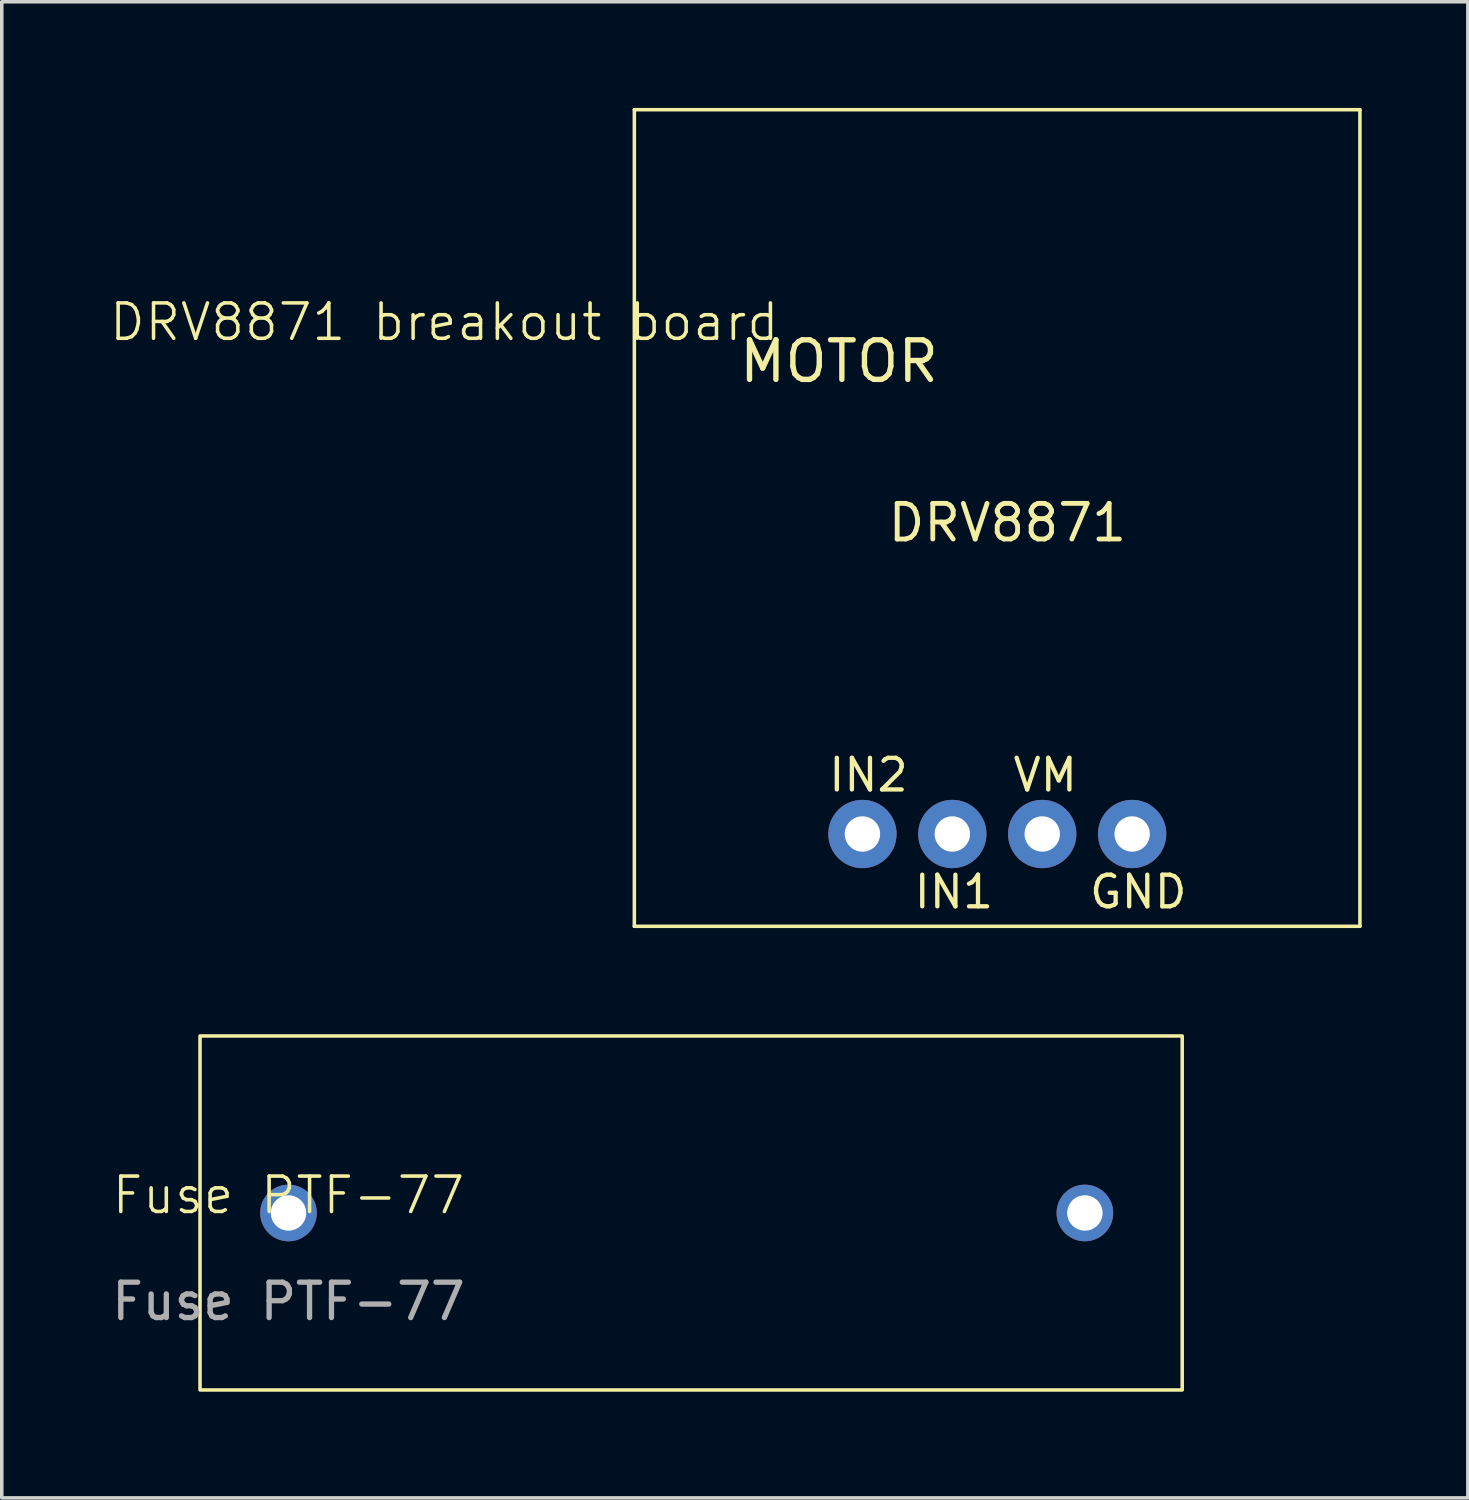
<source format=kicad_pcb>
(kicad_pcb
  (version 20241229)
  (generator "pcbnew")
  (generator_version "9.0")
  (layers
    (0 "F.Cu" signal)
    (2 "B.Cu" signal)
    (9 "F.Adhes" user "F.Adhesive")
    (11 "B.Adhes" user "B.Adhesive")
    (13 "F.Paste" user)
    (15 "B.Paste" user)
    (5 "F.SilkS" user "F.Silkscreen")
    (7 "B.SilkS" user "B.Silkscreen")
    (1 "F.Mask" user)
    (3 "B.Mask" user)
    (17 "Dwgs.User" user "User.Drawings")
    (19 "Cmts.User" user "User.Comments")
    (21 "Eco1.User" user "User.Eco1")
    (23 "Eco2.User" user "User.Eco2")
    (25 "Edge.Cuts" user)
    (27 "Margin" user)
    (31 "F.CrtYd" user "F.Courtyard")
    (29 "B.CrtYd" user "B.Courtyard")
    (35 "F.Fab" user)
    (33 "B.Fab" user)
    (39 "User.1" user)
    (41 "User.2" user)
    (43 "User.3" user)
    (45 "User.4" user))
  (footprint "DRV8871 breakout board"
    (layer "F.Cu")
    (at 9.502 6.55)
    (property "Reference" "DRV8871 breakout board" (at 0 -0.5 0) (unlocked yes) (layer "F.SilkS") (effects (font (size 1 1) (thickness 0.1))))
    (attr smd)
    (fp_line (start 5.37 -6.5) (end 25.87 -6.5) (stroke (width 0.1) (type default)) (layer "F.SilkS"))
    (fp_line (start 5.37 16.57) (end 5.37 -6.5) (stroke (width 0.1) (type default)) (layer "F.SilkS"))
    (fp_line (start 25.87 -6.5) (end 25.87 16.57) (stroke (width 0.1) (type default)) (layer "F.SilkS"))
    (fp_line (start 25.87 16.57) (end 5.37 16.57) (stroke (width 0.1) (type default)) (layer "F.SilkS"))
    (fp_text user "IN2" (at 10.798 12.82 0) (unlocked yes) (layer "F.SilkS") (effects (font (size 0.894 0.894) (thickness 0.122)) (justify left bottom)))
    (fp_text user "GND" (at 18.164 16.122 0) (unlocked yes) (layer "F.SilkS") (effects (font (size 0.894 0.894) (thickness 0.122)) (justify left bottom)))
    (fp_text user "VM" (at 16.005 12.82 0) (unlocked yes) (layer "F.SilkS") (effects (font (size 0.894 0.894) (thickness 0.122)) (justify left bottom)))
    (fp_text user "DRV8871" (at 15.91 5.17 0) (unlocked yes) (layer "F.SilkS") (effects (font (size 1.006 1.006) (thickness 0.137))))
    (fp_text user "IN1" (at 13.211 16.122 0) (unlocked yes) (layer "F.SilkS") (effects (font (size 0.894 0.894) (thickness 0.122)) (justify left bottom)))
    (fp_text user "MOTOR" (at 8.258 1.263 0) (unlocked yes) (layer "F.SilkS") (effects (font (size 1.118 1.118) (thickness 0.152)) (justify left bottom)))
    (pad "1" thru_hole circle (at 19.434 13.963 270) (size 1.93 1.93) (drill 1) (layers "*.Cu" "*.Mask"))
    (pad "2" thru_hole circle (at 11.814 13.963 270) (size 1.93 1.93) (drill 1) (layers "*.Cu" "*.Mask"))
    (pad "3" thru_hole circle (at 14.354 13.963 270) (size 1.93 1.93) (drill 1) (layers "*.Cu" "*.Mask"))
    (pad "4" thru_hole circle (at 16.894 13.963 270) (size 1.93 1.93) (drill 1) (layers "*.Cu" "*.Mask")))
  (footprint "Fuse PTF-77"
    (layer "F.Cu")
    (at 5.101 31.22)
    (property "Reference" "Fuse PTF-77" (at 0 -0.5 0) (unlocked yes) (layer "F.SilkS") (effects (font (size 1 1) (thickness 0.1))))
    (attr smd)
    (fp_rect (start -2.5 -5) (end 25.25 5) (stroke (width 0.1) (type default)) (fill no) (layer "F.SilkS"))
    (fp_text user "${REFERENCE}" (at 0 2.5 0) (unlocked yes) (layer "F.Fab") (effects (font (size 1 1) (thickness 0.15))))
    (pad "1" thru_hole circle (at 0 0) (size 1.6 1.6) (drill 1) (layers "*.Cu" "*.Mask"))
    (pad "2" thru_hole circle (at 22.5 0) (size 1.6 1.6) (drill 1) (layers "*.Cu" "*.Mask")))
  (gr_rect
    (start -3 -3)
    (end 38.422 39.27)
    (stroke (width 0.1) (type default))
    (fill no)
    (layer "Edge.Cuts")))
</source>
